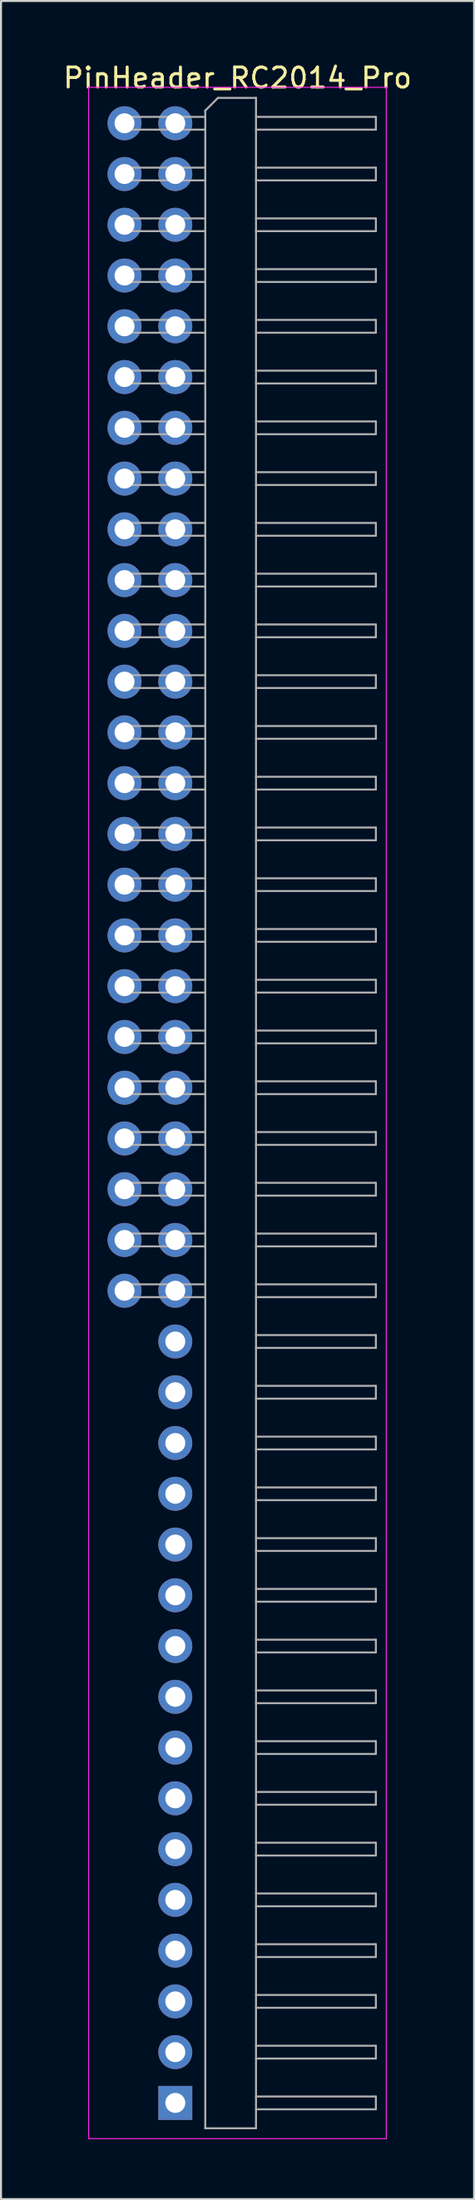
<source format=kicad_pcb>
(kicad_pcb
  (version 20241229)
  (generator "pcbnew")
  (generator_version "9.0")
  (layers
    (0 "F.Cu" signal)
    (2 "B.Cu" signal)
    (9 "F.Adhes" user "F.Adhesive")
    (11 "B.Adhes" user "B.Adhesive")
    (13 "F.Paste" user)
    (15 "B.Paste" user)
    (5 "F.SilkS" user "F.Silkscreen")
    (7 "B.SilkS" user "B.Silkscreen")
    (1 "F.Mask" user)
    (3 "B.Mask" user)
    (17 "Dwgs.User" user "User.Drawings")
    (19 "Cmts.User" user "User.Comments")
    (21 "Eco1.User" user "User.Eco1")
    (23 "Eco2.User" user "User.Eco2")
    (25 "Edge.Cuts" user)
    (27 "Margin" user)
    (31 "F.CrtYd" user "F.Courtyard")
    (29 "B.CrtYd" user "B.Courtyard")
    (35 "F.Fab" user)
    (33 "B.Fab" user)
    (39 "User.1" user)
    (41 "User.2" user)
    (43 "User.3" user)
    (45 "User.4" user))
  (footprint "PinHeader_RC2014_Pro"
    (layer "F.Cu")
    (at 3.184 3.118)
    (property "Reference" "PinHeader_RC2014_Pro" (at 5.655 -2.27 0) (layer "F.SilkS") (effects (font (size 1 1) (thickness 0.15))))
    (attr through_hole)
    (fp_line (start -1.8 -1.8) (end -1.8 100.85) (stroke (width 0.05) (type solid)) (layer "F.CrtYd"))
    (fp_line (start -1.8 100.85) (end 13.1 100.85) (stroke (width 0.05) (type solid)) (layer "F.CrtYd"))
    (fp_line (start 13.1 -1.8) (end -1.8 -1.8) (stroke (width 0.05) (type solid)) (layer "F.CrtYd"))
    (fp_line (start 13.1 100.85) (end 13.1 -1.8) (stroke (width 0.05) (type solid)) (layer "F.CrtYd"))
    (fp_line (start -0.32 -0.32) (end -0.32 0.32) (stroke (width 0.1) (type solid)) (layer "F.Fab"))
    (fp_line (start -0.32 -0.32) (end 4.04 -0.32) (stroke (width 0.1) (type solid)) (layer "F.Fab"))
    (fp_line (start -0.32 0.32) (end 4.04 0.32) (stroke (width 0.1) (type solid)) (layer "F.Fab"))
    (fp_line (start -0.32 2.22) (end -0.32 2.86) (stroke (width 0.1) (type solid)) (layer "F.Fab"))
    (fp_line (start -0.32 2.22) (end 4.04 2.22) (stroke (width 0.1) (type solid)) (layer "F.Fab"))
    (fp_line (start -0.32 2.86) (end 4.04 2.86) (stroke (width 0.1) (type solid)) (layer "F.Fab"))
    (fp_line (start -0.32 4.76) (end -0.32 5.4) (stroke (width 0.1) (type solid)) (layer "F.Fab"))
    (fp_line (start -0.32 4.76) (end 4.04 4.76) (stroke (width 0.1) (type solid)) (layer "F.Fab"))
    (fp_line (start -0.32 5.4) (end 4.04 5.4) (stroke (width 0.1) (type solid)) (layer "F.Fab"))
    (fp_line (start -0.32 7.3) (end -0.32 7.94) (stroke (width 0.1) (type solid)) (layer "F.Fab"))
    (fp_line (start -0.32 7.3) (end 4.04 7.3) (stroke (width 0.1) (type solid)) (layer "F.Fab"))
    (fp_line (start -0.32 7.94) (end 4.04 7.94) (stroke (width 0.1) (type solid)) (layer "F.Fab"))
    (fp_line (start -0.32 9.84) (end -0.32 10.48) (stroke (width 0.1) (type solid)) (layer "F.Fab"))
    (fp_line (start -0.32 9.84) (end 4.04 9.84) (stroke (width 0.1) (type solid)) (layer "F.Fab"))
    (fp_line (start -0.32 10.48) (end 4.04 10.48) (stroke (width 0.1) (type solid)) (layer "F.Fab"))
    (fp_line (start -0.32 12.38) (end -0.32 13.02) (stroke (width 0.1) (type solid)) (layer "F.Fab"))
    (fp_line (start -0.32 12.38) (end 4.04 12.38) (stroke (width 0.1) (type solid)) (layer "F.Fab"))
    (fp_line (start -0.32 13.02) (end 4.04 13.02) (stroke (width 0.1) (type solid)) (layer "F.Fab"))
    (fp_line (start -0.32 14.92) (end -0.32 15.56) (stroke (width 0.1) (type solid)) (layer "F.Fab"))
    (fp_line (start -0.32 14.92) (end 4.04 14.92) (stroke (width 0.1) (type solid)) (layer "F.Fab"))
    (fp_line (start -0.32 15.56) (end 4.04 15.56) (stroke (width 0.1) (type solid)) (layer "F.Fab"))
    (fp_line (start -0.32 17.46) (end -0.32 18.1) (stroke (width 0.1) (type solid)) (layer "F.Fab"))
    (fp_line (start -0.32 17.46) (end 4.04 17.46) (stroke (width 0.1) (type solid)) (layer "F.Fab"))
    (fp_line (start -0.32 18.1) (end 4.04 18.1) (stroke (width 0.1) (type solid)) (layer "F.Fab"))
    (fp_line (start -0.32 20) (end -0.32 20.64) (stroke (width 0.1) (type solid)) (layer "F.Fab"))
    (fp_line (start -0.32 20) (end 4.04 20) (stroke (width 0.1) (type solid)) (layer "F.Fab"))
    (fp_line (start -0.32 20.64) (end 4.04 20.64) (stroke (width 0.1) (type solid)) (layer "F.Fab"))
    (fp_line (start -0.32 22.54) (end -0.32 23.18) (stroke (width 0.1) (type solid)) (layer "F.Fab"))
    (fp_line (start -0.32 22.54) (end 4.04 22.54) (stroke (width 0.1) (type solid)) (layer "F.Fab"))
    (fp_line (start -0.32 23.18) (end 4.04 23.18) (stroke (width 0.1) (type solid)) (layer "F.Fab"))
    (fp_line (start -0.32 25.08) (end -0.32 25.72) (stroke (width 0.1) (type solid)) (layer "F.Fab"))
    (fp_line (start -0.32 25.08) (end 4.04 25.08) (stroke (width 0.1) (type solid)) (layer "F.Fab"))
    (fp_line (start -0.32 25.72) (end 4.04 25.72) (stroke (width 0.1) (type solid)) (layer "F.Fab"))
    (fp_line (start -0.32 27.62) (end -0.32 28.26) (stroke (width 0.1) (type solid)) (layer "F.Fab"))
    (fp_line (start -0.32 27.62) (end 4.04 27.62) (stroke (width 0.1) (type solid)) (layer "F.Fab"))
    (fp_line (start -0.32 28.26) (end 4.04 28.26) (stroke (width 0.1) (type solid)) (layer "F.Fab"))
    (fp_line (start -0.32 30.16) (end -0.32 30.8) (stroke (width 0.1) (type solid)) (layer "F.Fab"))
    (fp_line (start -0.32 30.16) (end 4.04 30.16) (stroke (width 0.1) (type solid)) (layer "F.Fab"))
    (fp_line (start -0.32 30.8) (end 4.04 30.8) (stroke (width 0.1) (type solid)) (layer "F.Fab"))
    (fp_line (start -0.32 32.7) (end -0.32 33.34) (stroke (width 0.1) (type solid)) (layer "F.Fab"))
    (fp_line (start -0.32 32.7) (end 4.04 32.7) (stroke (width 0.1) (type solid)) (layer "F.Fab"))
    (fp_line (start -0.32 33.34) (end 4.04 33.34) (stroke (width 0.1) (type solid)) (layer "F.Fab"))
    (fp_line (start -0.32 35.24) (end -0.32 35.88) (stroke (width 0.1) (type solid)) (layer "F.Fab"))
    (fp_line (start -0.32 35.24) (end 4.04 35.24) (stroke (width 0.1) (type solid)) (layer "F.Fab"))
    (fp_line (start -0.32 35.88) (end 4.04 35.88) (stroke (width 0.1) (type solid)) (layer "F.Fab"))
    (fp_line (start -0.32 37.78) (end -0.32 38.42) (stroke (width 0.1) (type solid)) (layer "F.Fab"))
    (fp_line (start -0.32 37.78) (end 4.04 37.78) (stroke (width 0.1) (type solid)) (layer "F.Fab"))
    (fp_line (start -0.32 38.42) (end 4.04 38.42) (stroke (width 0.1) (type solid)) (layer "F.Fab"))
    (fp_line (start -0.32 40.32) (end -0.32 40.96) (stroke (width 0.1) (type solid)) (layer "F.Fab"))
    (fp_line (start -0.32 40.32) (end 4.04 40.32) (stroke (width 0.1) (type solid)) (layer "F.Fab"))
    (fp_line (start -0.32 40.96) (end 4.04 40.96) (stroke (width 0.1) (type solid)) (layer "F.Fab"))
    (fp_line (start -0.32 42.86) (end -0.32 43.5) (stroke (width 0.1) (type solid)) (layer "F.Fab"))
    (fp_line (start -0.32 42.86) (end 4.04 42.86) (stroke (width 0.1) (type solid)) (layer "F.Fab"))
    (fp_line (start -0.32 43.5) (end 4.04 43.5) (stroke (width 0.1) (type solid)) (layer "F.Fab"))
    (fp_line (start -0.32 45.4) (end -0.32 46.04) (stroke (width 0.1) (type solid)) (layer "F.Fab"))
    (fp_line (start -0.32 45.4) (end 4.04 45.4) (stroke (width 0.1) (type solid)) (layer "F.Fab"))
    (fp_line (start -0.32 46.04) (end 4.04 46.04) (stroke (width 0.1) (type solid)) (layer "F.Fab"))
    (fp_line (start -0.32 47.94) (end -0.32 48.58) (stroke (width 0.1) (type solid)) (layer "F.Fab"))
    (fp_line (start -0.32 47.94) (end 4.04 47.94) (stroke (width 0.1) (type solid)) (layer "F.Fab"))
    (fp_line (start -0.32 48.58) (end 4.04 48.58) (stroke (width 0.1) (type solid)) (layer "F.Fab"))
    (fp_line (start -0.32 50.48) (end -0.32 51.12) (stroke (width 0.1) (type solid)) (layer "F.Fab"))
    (fp_line (start -0.32 50.48) (end 4.04 50.48) (stroke (width 0.1) (type solid)) (layer "F.Fab"))
    (fp_line (start -0.32 51.12) (end 4.04 51.12) (stroke (width 0.1) (type solid)) (layer "F.Fab"))
    (fp_line (start -0.32 53.02) (end -0.32 53.66) (stroke (width 0.1) (type solid)) (layer "F.Fab"))
    (fp_line (start -0.32 53.02) (end 4.04 53.02) (stroke (width 0.1) (type solid)) (layer "F.Fab"))
    (fp_line (start -0.32 53.66) (end 4.04 53.66) (stroke (width 0.1) (type solid)) (layer "F.Fab"))
    (fp_line (start -0.32 55.56) (end -0.32 56.2) (stroke (width 0.1) (type solid)) (layer "F.Fab"))
    (fp_line (start -0.32 55.56) (end 4.04 55.56) (stroke (width 0.1) (type solid)) (layer "F.Fab"))
    (fp_line (start -0.32 56.2) (end 4.04 56.2) (stroke (width 0.1) (type solid)) (layer "F.Fab"))
    (fp_line (start -0.32 58.1) (end -0.32 58.74) (stroke (width 0.1) (type solid)) (layer "F.Fab"))
    (fp_line (start -0.32 58.1) (end 4.04 58.1) (stroke (width 0.1) (type solid)) (layer "F.Fab"))
    (fp_line (start -0.32 58.74) (end 4.04 58.74) (stroke (width 0.1) (type solid)) (layer "F.Fab"))
    (fp_line (start 4.04 -0.635) (end 4.675 -1.27) (stroke (width 0.1) (type solid)) (layer "F.Fab"))
    (fp_line (start 4.04 100.33) (end 4.04 -0.635) (stroke (width 0.1) (type solid)) (layer "F.Fab"))
    (fp_line (start 4.675 -1.27) (end 6.58 -1.27) (stroke (width 0.1) (type solid)) (layer "F.Fab"))
    (fp_line (start 6.58 -1.27) (end 6.58 100.33) (stroke (width 0.1) (type solid)) (layer "F.Fab"))
    (fp_line (start 6.58 -0.32) (end 12.58 -0.32) (stroke (width 0.1) (type solid)) (layer "F.Fab"))
    (fp_line (start 6.58 0.32) (end 12.58 0.32) (stroke (width 0.1) (type solid)) (layer "F.Fab"))
    (fp_line (start 6.58 2.22) (end 12.58 2.22) (stroke (width 0.1) (type solid)) (layer "F.Fab"))
    (fp_line (start 6.58 2.86) (end 12.58 2.86) (stroke (width 0.1) (type solid)) (layer "F.Fab"))
    (fp_line (start 6.58 4.76) (end 12.58 4.76) (stroke (width 0.1) (type solid)) (layer "F.Fab"))
    (fp_line (start 6.58 5.4) (end 12.58 5.4) (stroke (width 0.1) (type solid)) (layer "F.Fab"))
    (fp_line (start 6.58 7.3) (end 12.58 7.3) (stroke (width 0.1) (type solid)) (layer "F.Fab"))
    (fp_line (start 6.58 7.94) (end 12.58 7.94) (stroke (width 0.1) (type solid)) (layer "F.Fab"))
    (fp_line (start 6.58 9.84) (end 12.58 9.84) (stroke (width 0.1) (type solid)) (layer "F.Fab"))
    (fp_line (start 6.58 10.48) (end 12.58 10.48) (stroke (width 0.1) (type solid)) (layer "F.Fab"))
    (fp_line (start 6.58 12.38) (end 12.58 12.38) (stroke (width 0.1) (type solid)) (layer "F.Fab"))
    (fp_line (start 6.58 13.02) (end 12.58 13.02) (stroke (width 0.1) (type solid)) (layer "F.Fab"))
    (fp_line (start 6.58 14.92) (end 12.58 14.92) (stroke (width 0.1) (type solid)) (layer "F.Fab"))
    (fp_line (start 6.58 15.56) (end 12.58 15.56) (stroke (width 0.1) (type solid)) (layer "F.Fab"))
    (fp_line (start 6.58 17.46) (end 12.58 17.46) (stroke (width 0.1) (type solid)) (layer "F.Fab"))
    (fp_line (start 6.58 18.1) (end 12.58 18.1) (stroke (width 0.1) (type solid)) (layer "F.Fab"))
    (fp_line (start 6.58 20) (end 12.58 20) (stroke (width 0.1) (type solid)) (layer "F.Fab"))
    (fp_line (start 6.58 20.64) (end 12.58 20.64) (stroke (width 0.1) (type solid)) (layer "F.Fab"))
    (fp_line (start 6.58 22.54) (end 12.58 22.54) (stroke (width 0.1) (type solid)) (layer "F.Fab"))
    (fp_line (start 6.58 23.18) (end 12.58 23.18) (stroke (width 0.1) (type solid)) (layer "F.Fab"))
    (fp_line (start 6.58 25.08) (end 12.58 25.08) (stroke (width 0.1) (type solid)) (layer "F.Fab"))
    (fp_line (start 6.58 25.72) (end 12.58 25.72) (stroke (width 0.1) (type solid)) (layer "F.Fab"))
    (fp_line (start 6.58 27.62) (end 12.58 27.62) (stroke (width 0.1) (type solid)) (layer "F.Fab"))
    (fp_line (start 6.58 28.26) (end 12.58 28.26) (stroke (width 0.1) (type solid)) (layer "F.Fab"))
    (fp_line (start 6.58 30.16) (end 12.58 30.16) (stroke (width 0.1) (type solid)) (layer "F.Fab"))
    (fp_line (start 6.58 30.8) (end 12.58 30.8) (stroke (width 0.1) (type solid)) (layer "F.Fab"))
    (fp_line (start 6.58 32.7) (end 12.58 32.7) (stroke (width 0.1) (type solid)) (layer "F.Fab"))
    (fp_line (start 6.58 33.34) (end 12.58 33.34) (stroke (width 0.1) (type solid)) (layer "F.Fab"))
    (fp_line (start 6.58 35.24) (end 12.58 35.24) (stroke (width 0.1) (type solid)) (layer "F.Fab"))
    (fp_line (start 6.58 35.88) (end 12.58 35.88) (stroke (width 0.1) (type solid)) (layer "F.Fab"))
    (fp_line (start 6.58 37.78) (end 12.58 37.78) (stroke (width 0.1) (type solid)) (layer "F.Fab"))
    (fp_line (start 6.58 38.42) (end 12.58 38.42) (stroke (width 0.1) (type solid)) (layer "F.Fab"))
    (fp_line (start 6.58 40.32) (end 12.58 40.32) (stroke (width 0.1) (type solid)) (layer "F.Fab"))
    (fp_line (start 6.58 40.96) (end 12.58 40.96) (stroke (width 0.1) (type solid)) (layer "F.Fab"))
    (fp_line (start 6.58 42.86) (end 12.58 42.86) (stroke (width 0.1) (type solid)) (layer "F.Fab"))
    (fp_line (start 6.58 43.5) (end 12.58 43.5) (stroke (width 0.1) (type solid)) (layer "F.Fab"))
    (fp_line (start 6.58 45.4) (end 12.58 45.4) (stroke (width 0.1) (type solid)) (layer "F.Fab"))
    (fp_line (start 6.58 46.04) (end 12.58 46.04) (stroke (width 0.1) (type solid)) (layer "F.Fab"))
    (fp_line (start 6.58 47.94) (end 12.58 47.94) (stroke (width 0.1) (type solid)) (layer "F.Fab"))
    (fp_line (start 6.58 48.58) (end 12.58 48.58) (stroke (width 0.1) (type solid)) (layer "F.Fab"))
    (fp_line (start 6.58 50.48) (end 12.58 50.48) (stroke (width 0.1) (type solid)) (layer "F.Fab"))
    (fp_line (start 6.58 51.12) (end 12.58 51.12) (stroke (width 0.1) (type solid)) (layer "F.Fab"))
    (fp_line (start 6.58 53.02) (end 12.58 53.02) (stroke (width 0.1) (type solid)) (layer "F.Fab"))
    (fp_line (start 6.58 53.66) (end 12.58 53.66) (stroke (width 0.1) (type solid)) (layer "F.Fab"))
    (fp_line (start 6.58 55.56) (end 12.58 55.56) (stroke (width 0.1) (type solid)) (layer "F.Fab"))
    (fp_line (start 6.58 56.2) (end 12.58 56.2) (stroke (width 0.1) (type solid)) (layer "F.Fab"))
    (fp_line (start 6.58 58.1) (end 12.58 58.1) (stroke (width 0.1) (type solid)) (layer "F.Fab"))
    (fp_line (start 6.58 58.74) (end 12.58 58.74) (stroke (width 0.1) (type solid)) (layer "F.Fab"))
    (fp_line (start 6.58 60.64) (end 12.58 60.64) (stroke (width 0.1) (type solid)) (layer "F.Fab"))
    (fp_line (start 6.58 61.28) (end 12.58 61.28) (stroke (width 0.1) (type solid)) (layer "F.Fab"))
    (fp_line (start 6.58 63.18) (end 12.58 63.18) (stroke (width 0.1) (type solid)) (layer "F.Fab"))
    (fp_line (start 6.58 63.82) (end 12.58 63.82) (stroke (width 0.1) (type solid)) (layer "F.Fab"))
    (fp_line (start 6.58 65.72) (end 12.58 65.72) (stroke (width 0.1) (type solid)) (layer "F.Fab"))
    (fp_line (start 6.58 66.36) (end 12.58 66.36) (stroke (width 0.1) (type solid)) (layer "F.Fab"))
    (fp_line (start 6.58 68.26) (end 12.58 68.26) (stroke (width 0.1) (type solid)) (layer "F.Fab"))
    (fp_line (start 6.58 68.9) (end 12.58 68.9) (stroke (width 0.1) (type solid)) (layer "F.Fab"))
    (fp_line (start 6.58 70.8) (end 12.58 70.8) (stroke (width 0.1) (type solid)) (layer "F.Fab"))
    (fp_line (start 6.58 71.44) (end 12.58 71.44) (stroke (width 0.1) (type solid)) (layer "F.Fab"))
    (fp_line (start 6.58 73.34) (end 12.58 73.34) (stroke (width 0.1) (type solid)) (layer "F.Fab"))
    (fp_line (start 6.58 73.98) (end 12.58 73.98) (stroke (width 0.1) (type solid)) (layer "F.Fab"))
    (fp_line (start 6.58 75.88) (end 12.58 75.88) (stroke (width 0.1) (type solid)) (layer "F.Fab"))
    (fp_line (start 6.58 76.52) (end 12.58 76.52) (stroke (width 0.1) (type solid)) (layer "F.Fab"))
    (fp_line (start 6.58 78.42) (end 12.58 78.42) (stroke (width 0.1) (type solid)) (layer "F.Fab"))
    (fp_line (start 6.58 79.06) (end 12.58 79.06) (stroke (width 0.1) (type solid)) (layer "F.Fab"))
    (fp_line (start 6.58 80.96) (end 12.58 80.96) (stroke (width 0.1) (type solid)) (layer "F.Fab"))
    (fp_line (start 6.58 81.6) (end 12.58 81.6) (stroke (width 0.1) (type solid)) (layer "F.Fab"))
    (fp_line (start 6.58 83.5) (end 12.58 83.5) (stroke (width 0.1) (type solid)) (layer "F.Fab"))
    (fp_line (start 6.58 84.14) (end 12.58 84.14) (stroke (width 0.1) (type solid)) (layer "F.Fab"))
    (fp_line (start 6.58 86.04) (end 12.58 86.04) (stroke (width 0.1) (type solid)) (layer "F.Fab"))
    (fp_line (start 6.58 86.68) (end 12.58 86.68) (stroke (width 0.1) (type solid)) (layer "F.Fab"))
    (fp_line (start 6.58 88.58) (end 12.58 88.58) (stroke (width 0.1) (type solid)) (layer "F.Fab"))
    (fp_line (start 6.58 89.22) (end 12.58 89.22) (stroke (width 0.1) (type solid)) (layer "F.Fab"))
    (fp_line (start 6.58 91.12) (end 12.58 91.12) (stroke (width 0.1) (type solid)) (layer "F.Fab"))
    (fp_line (start 6.58 91.76) (end 12.58 91.76) (stroke (width 0.1) (type solid)) (layer "F.Fab"))
    (fp_line (start 6.58 93.66) (end 12.58 93.66) (stroke (width 0.1) (type solid)) (layer "F.Fab"))
    (fp_line (start 6.58 94.3) (end 12.58 94.3) (stroke (width 0.1) (type solid)) (layer "F.Fab"))
    (fp_line (start 6.58 96.2) (end 12.58 96.2) (stroke (width 0.1) (type solid)) (layer "F.Fab"))
    (fp_line (start 6.58 96.84) (end 12.58 96.84) (stroke (width 0.1) (type solid)) (layer "F.Fab"))
    (fp_line (start 6.58 98.74) (end 12.58 98.74) (stroke (width 0.1) (type solid)) (layer "F.Fab"))
    (fp_line (start 6.58 99.38) (end 12.58 99.38) (stroke (width 0.1) (type solid)) (layer "F.Fab"))
    (fp_line (start 6.58 100.33) (end 4.04 100.33) (stroke (width 0.1) (type solid)) (layer "F.Fab"))
    (fp_line (start 12.58 -0.32) (end 12.58 0.32) (stroke (width 0.1) (type solid)) (layer "F.Fab"))
    (fp_line (start 12.58 2.22) (end 12.58 2.86) (stroke (width 0.1) (type solid)) (layer "F.Fab"))
    (fp_line (start 12.58 4.76) (end 12.58 5.4) (stroke (width 0.1) (type solid)) (layer "F.Fab"))
    (fp_line (start 12.58 7.3) (end 12.58 7.94) (stroke (width 0.1) (type solid)) (layer "F.Fab"))
    (fp_line (start 12.58 9.84) (end 12.58 10.48) (stroke (width 0.1) (type solid)) (layer "F.Fab"))
    (fp_line (start 12.58 12.38) (end 12.58 13.02) (stroke (width 0.1) (type solid)) (layer "F.Fab"))
    (fp_line (start 12.58 14.92) (end 12.58 15.56) (stroke (width 0.1) (type solid)) (layer "F.Fab"))
    (fp_line (start 12.58 17.46) (end 12.58 18.1) (stroke (width 0.1) (type solid)) (layer "F.Fab"))
    (fp_line (start 12.58 20) (end 12.58 20.64) (stroke (width 0.1) (type solid)) (layer "F.Fab"))
    (fp_line (start 12.58 22.54) (end 12.58 23.18) (stroke (width 0.1) (type solid)) (layer "F.Fab"))
    (fp_line (start 12.58 25.08) (end 12.58 25.72) (stroke (width 0.1) (type solid)) (layer "F.Fab"))
    (fp_line (start 12.58 27.62) (end 12.58 28.26) (stroke (width 0.1) (type solid)) (layer "F.Fab"))
    (fp_line (start 12.58 30.16) (end 12.58 30.8) (stroke (width 0.1) (type solid)) (layer "F.Fab"))
    (fp_line (start 12.58 32.7) (end 12.58 33.34) (stroke (width 0.1) (type solid)) (layer "F.Fab"))
    (fp_line (start 12.58 35.24) (end 12.58 35.88) (stroke (width 0.1) (type solid)) (layer "F.Fab"))
    (fp_line (start 12.58 37.78) (end 12.58 38.42) (stroke (width 0.1) (type solid)) (layer "F.Fab"))
    (fp_line (start 12.58 40.32) (end 12.58 40.96) (stroke (width 0.1) (type solid)) (layer "F.Fab"))
    (fp_line (start 12.58 42.86) (end 12.58 43.5) (stroke (width 0.1) (type solid)) (layer "F.Fab"))
    (fp_line (start 12.58 45.4) (end 12.58 46.04) (stroke (width 0.1) (type solid)) (layer "F.Fab"))
    (fp_line (start 12.58 47.94) (end 12.58 48.58) (stroke (width 0.1) (type solid)) (layer "F.Fab"))
    (fp_line (start 12.58 50.48) (end 12.58 51.12) (stroke (width 0.1) (type solid)) (layer "F.Fab"))
    (fp_line (start 12.58 53.02) (end 12.58 53.66) (stroke (width 0.1) (type solid)) (layer "F.Fab"))
    (fp_line (start 12.58 55.56) (end 12.58 56.2) (stroke (width 0.1) (type solid)) (layer "F.Fab"))
    (fp_line (start 12.58 58.1) (end 12.58 58.74) (stroke (width 0.1) (type solid)) (layer "F.Fab"))
    (fp_line (start 12.58 60.64) (end 12.58 61.28) (stroke (width 0.1) (type solid)) (layer "F.Fab"))
    (fp_line (start 12.58 63.18) (end 12.58 63.82) (stroke (width 0.1) (type solid)) (layer "F.Fab"))
    (fp_line (start 12.58 65.72) (end 12.58 66.36) (stroke (width 0.1) (type solid)) (layer "F.Fab"))
    (fp_line (start 12.58 68.26) (end 12.58 68.9) (stroke (width 0.1) (type solid)) (layer "F.Fab"))
    (fp_line (start 12.58 70.8) (end 12.58 71.44) (stroke (width 0.1) (type solid)) (layer "F.Fab"))
    (fp_line (start 12.58 73.34) (end 12.58 73.98) (stroke (width 0.1) (type solid)) (layer "F.Fab"))
    (fp_line (start 12.58 75.88) (end 12.58 76.52) (stroke (width 0.1) (type solid)) (layer "F.Fab"))
    (fp_line (start 12.58 78.42) (end 12.58 79.06) (stroke (width 0.1) (type solid)) (layer "F.Fab"))
    (fp_line (start 12.58 80.96) (end 12.58 81.6) (stroke (width 0.1) (type solid)) (layer "F.Fab"))
    (fp_line (start 12.58 83.5) (end 12.58 84.14) (stroke (width 0.1) (type solid)) (layer "F.Fab"))
    (fp_line (start 12.58 86.04) (end 12.58 86.68) (stroke (width 0.1) (type solid)) (layer "F.Fab"))
    (fp_line (start 12.58 88.58) (end 12.58 89.22) (stroke (width 0.1) (type solid)) (layer "F.Fab"))
    (fp_line (start 12.58 91.12) (end 12.58 91.76) (stroke (width 0.1) (type solid)) (layer "F.Fab"))
    (fp_line (start 12.58 93.66) (end 12.58 94.3) (stroke (width 0.1) (type solid)) (layer "F.Fab"))
    (fp_line (start 12.58 96.2) (end 12.58 96.84) (stroke (width 0.1) (type solid)) (layer "F.Fab"))
    (fp_line (start 12.58 98.74) (end 12.58 99.38) (stroke (width 0.1) (type solid)) (layer "F.Fab"))
    (pad "1a" thru_hole rect (at 2.54 99.06) (size 1.7 1.7) (drill 1) (layers "*.Cu" "*.Mask"))
    (pad "2a" thru_hole oval (at 2.54 96.52) (size 1.7 1.7) (drill 1) (layers "*.Cu" "*.Mask"))
    (pad "3a" thru_hole oval (at 2.54 93.98) (size 1.7 1.7) (drill 1) (layers "*.Cu" "*.Mask"))
    (pad "4a" thru_hole oval (at 2.54 91.44) (size 1.7 1.7) (drill 1) (layers "*.Cu" "*.Mask"))
    (pad "5a" thru_hole oval (at 2.54 88.9) (size 1.7 1.7) (drill 1) (layers "*.Cu" "*.Mask"))
    (pad "6a" thru_hole oval (at 2.54 86.36) (size 1.7 1.7) (drill 1) (layers "*.Cu" "*.Mask"))
    (pad "7a" thru_hole oval (at 2.54 83.82) (size 1.7 1.7) (drill 1) (layers "*.Cu" "*.Mask"))
    (pad "8a" thru_hole oval (at 2.54 81.28) (size 1.7 1.7) (drill 1) (layers "*.Cu" "*.Mask"))
    (pad "9a" thru_hole oval (at 2.54 78.74) (size 1.7 1.7) (drill 1) (layers "*.Cu" "*.Mask"))
    (pad "10a" thru_hole oval (at 2.54 76.2) (size 1.7 1.7) (drill 1) (layers "*.Cu" "*.Mask"))
    (pad "11a" thru_hole oval (at 2.54 73.66) (size 1.7 1.7) (drill 1) (layers "*.Cu" "*.Mask"))
    (pad "12a" thru_hole oval (at 2.54 71.12) (size 1.7 1.7) (drill 1) (layers "*.Cu" "*.Mask"))
    (pad "13a" thru_hole oval (at 2.54 68.58) (size 1.7 1.7) (drill 1) (layers "*.Cu" "*.Mask"))
    (pad "14a" thru_hole oval (at 2.54 66.04) (size 1.7 1.7) (drill 1) (layers "*.Cu" "*.Mask"))
    (pad "15a" thru_hole oval (at 2.54 63.5) (size 1.7 1.7) (drill 1) (layers "*.Cu" "*.Mask"))
    (pad "16a" thru_hole oval (at 2.54 60.96) (size 1.7 1.7) (drill 1) (layers "*.Cu" "*.Mask"))
    (pad "17a" thru_hole oval (at 2.54 58.42) (size 1.7 1.7) (drill 1) (layers "*.Cu" "*.Mask"))
    (pad "17b" thru_hole oval (at 0 58.42) (size 1.7 1.7) (drill 1) (layers "*.Cu" "*.Mask"))
    (pad "18a" thru_hole oval (at 2.54 55.88) (size 1.7 1.7) (drill 1) (layers "*.Cu" "*.Mask"))
    (pad "18b" thru_hole oval (at 0 55.88) (size 1.7 1.7) (drill 1) (layers "*.Cu" "*.Mask"))
    (pad "19a" thru_hole oval (at 2.54 53.34) (size 1.7 1.7) (drill 1) (layers "*.Cu" "*.Mask"))
    (pad "19b" thru_hole oval (at 0 53.34) (size 1.7 1.7) (drill 1) (layers "*.Cu" "*.Mask"))
    (pad "20a" thru_hole oval (at 2.54 50.8) (size 1.7 1.7) (drill 1) (layers "*.Cu" "*.Mask"))
    (pad "20b" thru_hole oval (at 0 50.8) (size 1.7 1.7) (drill 1) (layers "*.Cu" "*.Mask"))
    (pad "21a" thru_hole oval (at 2.54 48.26) (size 1.7 1.7) (drill 1) (layers "*.Cu" "*.Mask"))
    (pad "21b" thru_hole oval (at 0 48.26) (size 1.7 1.7) (drill 1) (layers "*.Cu" "*.Mask"))
    (pad "22a" thru_hole oval (at 2.54 45.72) (size 1.7 1.7) (drill 1) (layers "*.Cu" "*.Mask"))
    (pad "22b" thru_hole oval (at 0 45.72) (size 1.7 1.7) (drill 1) (layers "*.Cu" "*.Mask"))
    (pad "23a" thru_hole oval (at 2.54 43.18) (size 1.7 1.7) (drill 1) (layers "*.Cu" "*.Mask"))
    (pad "23b" thru_hole oval (at 0 43.18) (size 1.7 1.7) (drill 1) (layers "*.Cu" "*.Mask"))
    (pad "24a" thru_hole oval (at 2.54 40.64) (size 1.7 1.7) (drill 1) (layers "*.Cu" "*.Mask"))
    (pad "24b" thru_hole oval (at 0 40.64) (size 1.7 1.7) (drill 1) (layers "*.Cu" "*.Mask"))
    (pad "25a" thru_hole oval (at 2.54 38.1) (size 1.7 1.7) (drill 1) (layers "*.Cu" "*.Mask"))
    (pad "25b" thru_hole oval (at 0 38.1) (size 1.7 1.7) (drill 1) (layers "*.Cu" "*.Mask"))
    (pad "26a" thru_hole oval (at 2.54 35.56) (size 1.7 1.7) (drill 1) (layers "*.Cu" "*.Mask"))
    (pad "26b" thru_hole oval (at 0 35.56) (size 1.7 1.7) (drill 1) (layers "*.Cu" "*.Mask"))
    (pad "27a" thru_hole oval (at 2.54 33.02) (size 1.7 1.7) (drill 1) (layers "*.Cu" "*.Mask"))
    (pad "27b" thru_hole oval (at 0 33.02) (size 1.7 1.7) (drill 1) (layers "*.Cu" "*.Mask"))
    (pad "28a" thru_hole oval (at 2.54 30.48) (size 1.7 1.7) (drill 1) (layers "*.Cu" "*.Mask"))
    (pad "28b" thru_hole oval (at 0 30.48) (size 1.7 1.7) (drill 1) (layers "*.Cu" "*.Mask"))
    (pad "29a" thru_hole oval (at 2.54 27.94) (size 1.7 1.7) (drill 1) (layers "*.Cu" "*.Mask"))
    (pad "29b" thru_hole oval (at 0 27.94) (size 1.7 1.7) (drill 1) (layers "*.Cu" "*.Mask"))
    (pad "30a" thru_hole oval (at 2.54 25.4) (size 1.7 1.7) (drill 1) (layers "*.Cu" "*.Mask"))
    (pad "30b" thru_hole oval (at 0 25.4) (size 1.7 1.7) (drill 1) (layers "*.Cu" "*.Mask"))
    (pad "31a" thru_hole oval (at 2.54 22.86) (size 1.7 1.7) (drill 1) (layers "*.Cu" "*.Mask"))
    (pad "31b" thru_hole oval (at 0 22.86) (size 1.7 1.7) (drill 1) (layers "*.Cu" "*.Mask"))
    (pad "32a" thru_hole oval (at 2.54 20.32) (size 1.7 1.7) (drill 1) (layers "*.Cu" "*.Mask"))
    (pad "32b" thru_hole oval (at 0 20.32) (size 1.7 1.7) (drill 1) (layers "*.Cu" "*.Mask"))
    (pad "33a" thru_hole oval (at 2.54 17.78) (size 1.7 1.7) (drill 1) (layers "*.Cu" "*.Mask"))
    (pad "33b" thru_hole oval (at 0 17.78) (size 1.7 1.7) (drill 1) (layers "*.Cu" "*.Mask"))
    (pad "34a" thru_hole oval (at 2.54 15.24) (size 1.7 1.7) (drill 1) (layers "*.Cu" "*.Mask"))
    (pad "34b" thru_hole oval (at 0 15.24) (size 1.7 1.7) (drill 1) (layers "*.Cu" "*.Mask"))
    (pad "35a" thru_hole oval (at 2.54 12.7) (size 1.7 1.7) (drill 1) (layers "*.Cu" "*.Mask"))
    (pad "35b" thru_hole oval (at 0 12.7) (size 1.7 1.7) (drill 1) (layers "*.Cu" "*.Mask"))
    (pad "36a" thru_hole oval (at 2.54 10.16) (size 1.7 1.7) (drill 1) (layers "*.Cu" "*.Mask"))
    (pad "36b" thru_hole oval (at 0 10.16) (size 1.7 1.7) (drill 1) (layers "*.Cu" "*.Mask"))
    (pad "37a" thru_hole oval (at 2.54 7.62) (size 1.7 1.7) (drill 1) (layers "*.Cu" "*.Mask"))
    (pad "37b" thru_hole oval (at 0 7.62) (size 1.7 1.7) (drill 1) (layers "*.Cu" "*.Mask"))
    (pad "38a" thru_hole oval (at 2.54 5.08) (size 1.7 1.7) (drill 1) (layers "*.Cu" "*.Mask"))
    (pad "38b" thru_hole oval (at 0 5.08) (size 1.7 1.7) (drill 1) (layers "*.Cu" "*.Mask"))
    (pad "39a" thru_hole oval (at 2.54 2.54) (size 1.7 1.7) (drill 1) (layers "*.Cu" "*.Mask"))
    (pad "39b" thru_hole oval (at 0 2.54) (size 1.7 1.7) (drill 1) (layers "*.Cu" "*.Mask"))
    (pad "40a" thru_hole oval (at 2.54 0) (size 1.7 1.7) (drill 1) (layers "*.Cu" "*.Mask"))
    (pad "40b" thru_hole oval (at 0 0) (size 1.7 1.7) (drill 1) (layers "*.Cu" "*.Mask")))
  (gr_rect
    (start -3 -3)
    (end 20.679 106.993)
    (stroke (width 0.1) (type default))
    (fill no)
    (layer "Edge.Cuts")))
</source>
